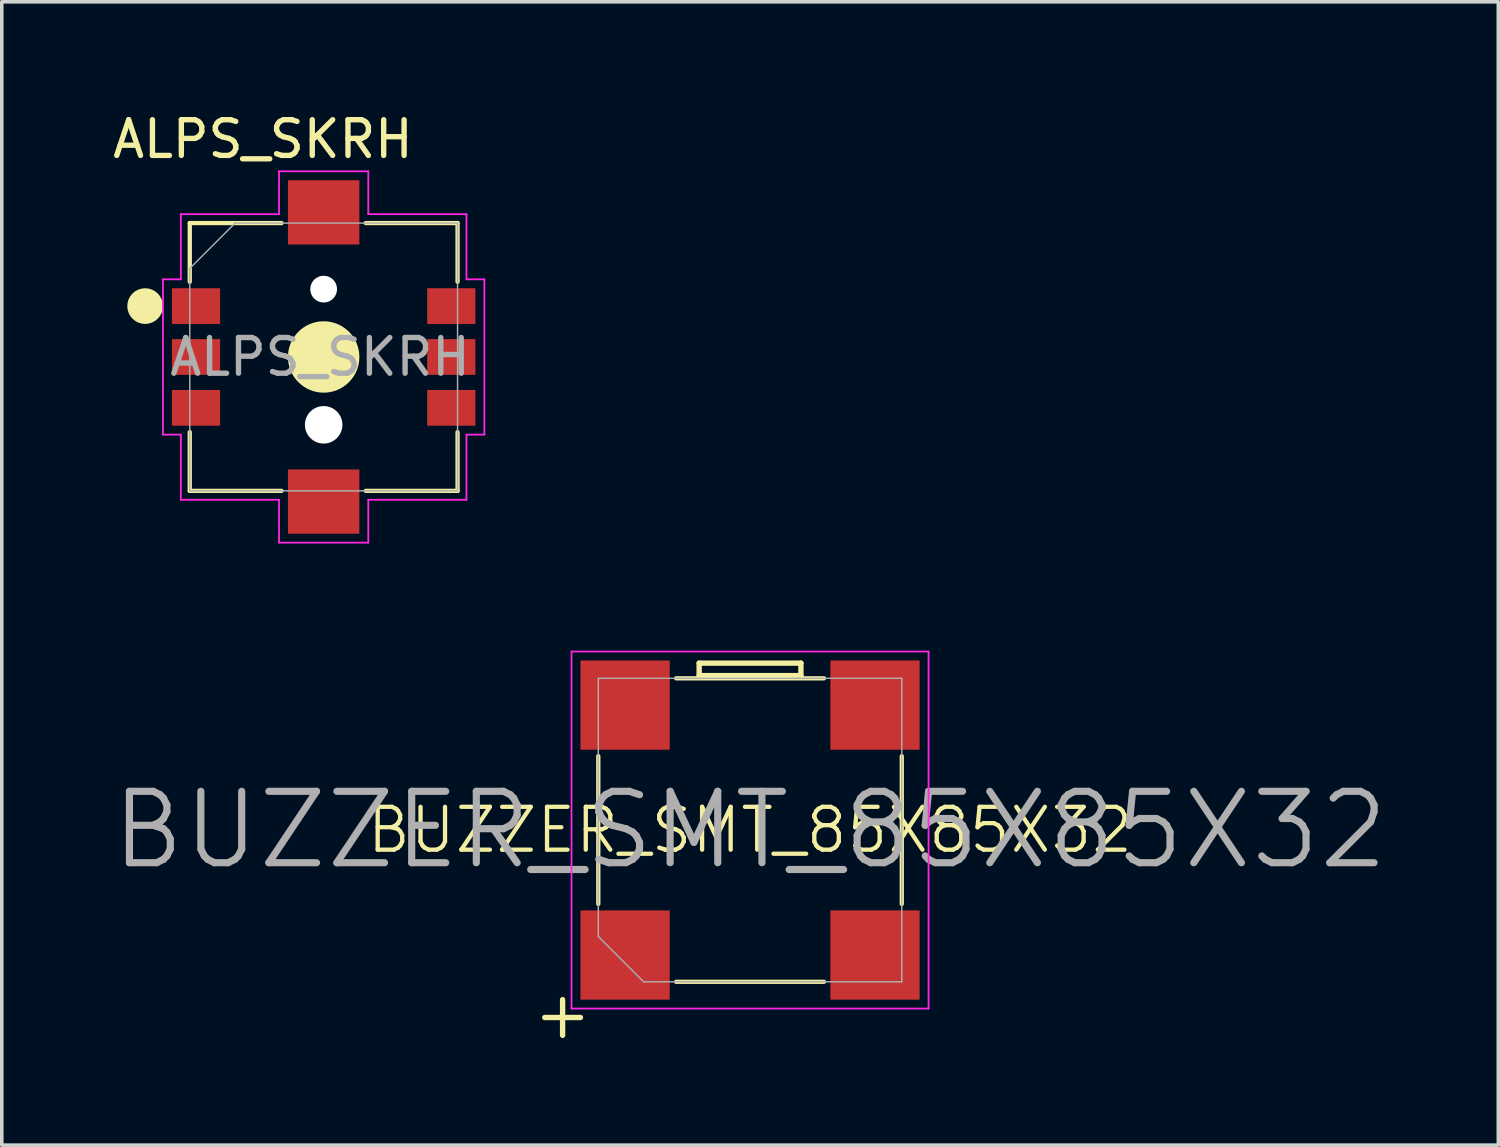
<source format=kicad_pcb>
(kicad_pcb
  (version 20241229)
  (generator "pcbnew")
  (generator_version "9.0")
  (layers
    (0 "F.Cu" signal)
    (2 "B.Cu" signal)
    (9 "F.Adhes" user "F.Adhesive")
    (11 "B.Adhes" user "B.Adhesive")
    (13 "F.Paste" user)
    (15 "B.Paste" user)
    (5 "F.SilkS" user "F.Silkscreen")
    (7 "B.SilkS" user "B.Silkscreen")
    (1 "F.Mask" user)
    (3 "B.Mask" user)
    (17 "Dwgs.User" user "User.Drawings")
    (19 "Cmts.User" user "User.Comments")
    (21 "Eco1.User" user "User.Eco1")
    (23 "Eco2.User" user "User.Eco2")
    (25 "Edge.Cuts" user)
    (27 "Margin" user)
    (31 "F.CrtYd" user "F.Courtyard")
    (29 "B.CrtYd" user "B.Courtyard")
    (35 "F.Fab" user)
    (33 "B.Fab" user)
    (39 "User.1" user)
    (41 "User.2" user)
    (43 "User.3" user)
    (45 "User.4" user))
  (footprint "BUZZER_SMT_85X85X32"
    (layer "F.Cu")
    (at 17.957 20.198)
    (property "Reference" "BUZZER_SMT_85X85X32" (at 0 0 0) (layer "F.SilkS") (effects (font (size 1.2 1.2) (thickness 0.12))))
    (attr smd)
    (fp_line (start -5.25 4.75) (end -5.25 5.75) (stroke (width 0.15) (type solid)) (layer "F.SilkS"))
    (fp_line (start -4.75 5.25) (end -5.75 5.25) (stroke (width 0.15) (type solid)) (layer "F.SilkS"))
    (fp_line (start -4.25 2.07) (end -4.25 -2.07) (stroke (width 0.12) (type solid)) (layer "F.SilkS"))
    (fp_line (start -2.07 -4.25) (end 2.07 -4.25) (stroke (width 0.12) (type solid)) (layer "F.SilkS"))
    (fp_line (start -2.07 4.25) (end 2.07 4.25) (stroke (width 0.12) (type solid)) (layer "F.SilkS"))
    (fp_line (start -1.425 -4.675) (end 1.425 -4.675) (stroke (width 0.15) (type solid)) (layer "F.SilkS"))
    (fp_line (start -1.425 -4.325) (end -1.425 -4.675) (stroke (width 0.15) (type solid)) (layer "F.SilkS"))
    (fp_line (start 1.425 -4.675) (end 1.425 -4.325) (stroke (width 0.15) (type solid)) (layer "F.SilkS"))
    (fp_line (start 1.425 -4.325) (end -1.425 -4.325) (stroke (width 0.15) (type solid)) (layer "F.SilkS"))
    (fp_line (start 4.25 2.07) (end 4.25 -2.07) (stroke (width 0.12) (type solid)) (layer "F.SilkS"))
    (fp_line (start -5 -5) (end -5 5) (stroke (width 0.05) (type solid)) (layer "F.CrtYd"))
    (fp_line (start -5 5) (end 5 5) (stroke (width 0.05) (type solid)) (layer "F.CrtYd"))
    (fp_line (start 5 -5) (end -5 -5) (stroke (width 0.05) (type solid)) (layer "F.CrtYd"))
    (fp_line (start 5 5) (end 5 -5) (stroke (width 0.05) (type solid)) (layer "F.CrtYd"))
    (fp_line (start -4.25 -4.25) (end 4.25 -4.25) (stroke (width 0.04) (type solid)) (layer "F.Fab"))
    (fp_line (start -4.25 2.98) (end -4.25 -4.25) (stroke (width 0.04) (type solid)) (layer "F.Fab"))
    (fp_line (start -2.98 4.25) (end -4.25 2.98) (stroke (width 0.04) (type solid)) (layer "F.Fab"))
    (fp_line (start 4.25 -4.25) (end 4.25 4.25) (stroke (width 0.04) (type solid)) (layer "F.Fab"))
    (fp_line (start 4.25 4.25) (end -2.98 4.25) (stroke (width 0.04) (type solid)) (layer "F.Fab"))
    (fp_text user "${REFERENCE}" (at 0 0 0) (layer "F.Fab") (effects (font (size 2 2) (thickness 0.2))))
    (pad "1" smd rect (at -3.5 3.5) (size 2.5 2.5) (layers "F.Cu" "F.Mask" "F.Paste"))
    (pad "2" smd rect (at 3.5 3.5) (size 2.5 2.5) (layers "F.Cu" "F.Mask" "F.Paste"))
    (pad "NC1" smd rect (at 3.5 -3.5) (size 2.5 2.5) (layers "F.Cu" "F.Mask" "F.Paste"))
    (pad "NC2" smd rect (at -3.5 -3.5) (size 2.5 2.5) (layers "F.Cu" "F.Mask" "F.Paste")))
  (footprint "ALPS_SKRH"
    (layer "F.Cu")
    (at 6.015 6.948)
    (property "Reference" "ALPS_SKRH" (at -1.7 -6.1 0) (layer "F.SilkS") (effects (font (size 1 1) (thickness 0.15))))
    (attr smd)
    (fp_line (start -3.75 -3.75) (end -1.18 -3.75) (stroke (width 0.12) (type solid)) (layer "F.SilkS"))
    (fp_line (start -3.75 -2.105) (end -3.75 -3.75) (stroke (width 0.12) (type solid)) (layer "F.SilkS"))
    (fp_line (start -3.75 3.75) (end -3.75 2.105) (stroke (width 0.12) (type solid)) (layer "F.SilkS"))
    (fp_line (start -1.18 3.75) (end -3.75 3.75) (stroke (width 0.12) (type solid)) (layer "F.SilkS"))
    (fp_line (start 1.18 -3.75) (end 3.75 -3.75) (stroke (width 0.12) (type solid)) (layer "F.SilkS"))
    (fp_line (start 3.75 -3.75) (end 3.75 -2.105) (stroke (width 0.12) (type solid)) (layer "F.SilkS"))
    (fp_line (start 3.75 2.105) (end 3.75 3.75) (stroke (width 0.12) (type solid)) (layer "F.SilkS"))
    (fp_line (start 3.75 3.75) (end 1.18 3.75) (stroke (width 0.12) (type solid)) (layer "F.SilkS"))
    (fp_circle (center -5 -1.425) (end -5 -1.175) (stroke (width 0.5) (type solid)) (fill no) (layer "F.SilkS"))
    (fp_circle (center 0 0) (end 0 0.5) (stroke (width 1) (type solid)) (fill no) (layer "F.SilkS"))
    (fp_line (start -4.5 -2.175) (end -4.5 2.175) (stroke (width 0.05) (type solid)) (layer "F.CrtYd"))
    (fp_line (start -4.5 2.175) (end -4 2.175) (stroke (width 0.05) (type solid)) (layer "F.CrtYd"))
    (fp_line (start -4 -4) (end -4 -2.175) (stroke (width 0.05) (type solid)) (layer "F.CrtYd"))
    (fp_line (start -4 -2.175) (end -4.5 -2.175) (stroke (width 0.05) (type solid)) (layer "F.CrtYd"))
    (fp_line (start -4 2.175) (end -4 4) (stroke (width 0.05) (type solid)) (layer "F.CrtYd"))
    (fp_line (start -4 4) (end -1.25 4) (stroke (width 0.05) (type solid)) (layer "F.CrtYd"))
    (fp_line (start -1.25 -5.2) (end -1.25 -4) (stroke (width 0.05) (type solid)) (layer "F.CrtYd"))
    (fp_line (start -1.25 -4) (end -4 -4) (stroke (width 0.05) (type solid)) (layer "F.CrtYd"))
    (fp_line (start -1.25 4) (end -1.25 5.2) (stroke (width 0.05) (type solid)) (layer "F.CrtYd"))
    (fp_line (start -1.25 5.2) (end 1.25 5.2) (stroke (width 0.05) (type solid)) (layer "F.CrtYd"))
    (fp_line (start 1.25 -5.2) (end -1.25 -5.2) (stroke (width 0.05) (type solid)) (layer "F.CrtYd"))
    (fp_line (start 1.25 -4) (end 1.25 -5.2) (stroke (width 0.05) (type solid)) (layer "F.CrtYd"))
    (fp_line (start 1.25 4) (end 4 4) (stroke (width 0.05) (type solid)) (layer "F.CrtYd"))
    (fp_line (start 1.25 5.2) (end 1.25 4) (stroke (width 0.05) (type solid)) (layer "F.CrtYd"))
    (fp_line (start 4 -4) (end 1.25 -4) (stroke (width 0.05) (type solid)) (layer "F.CrtYd"))
    (fp_line (start 4 -2.175) (end 4 -4) (stroke (width 0.05) (type solid)) (layer "F.CrtYd"))
    (fp_line (start 4 2.175) (end 4.5 2.175) (stroke (width 0.05) (type solid)) (layer "F.CrtYd"))
    (fp_line (start 4 4) (end 4 2.175) (stroke (width 0.05) (type solid)) (layer "F.CrtYd"))
    (fp_line (start 4.5 -2.175) (end 4 -2.175) (stroke (width 0.05) (type solid)) (layer "F.CrtYd"))
    (fp_line (start 4.5 2.175) (end 4.5 -2.175) (stroke (width 0.05) (type solid)) (layer "F.CrtYd"))
    (fp_line (start -3.75 -2.48) (end -2.48 -3.75) (stroke (width 0.04) (type solid)) (layer "F.Fab"))
    (fp_line (start -3.75 3.75) (end -3.75 -2.48) (stroke (width 0.04) (type solid)) (layer "F.Fab"))
    (fp_line (start -2.48 -3.75) (end 3.75 -3.75) (stroke (width 0.04) (type solid)) (layer "F.Fab"))
    (fp_line (start 3.75 -3.75) (end 3.75 3.75) (stroke (width 0.04) (type solid)) (layer "F.Fab"))
    (fp_line (start 3.75 3.75) (end -3.75 3.75) (stroke (width 0.04) (type solid)) (layer "F.Fab"))
    (fp_text user "${REFERENCE}" (at -0.1 0 0) (layer "F.Fab") (effects (font (size 1 1) (thickness 0.15))))
    (pad "" smd rect (at 0 -4.05) (size 2 1.8) (layers "F.Cu" "F.Mask" "F.Paste"))
    (pad "" np_thru_hole circle (at 0 -1.9) (size 0.75 0.75) (drill 0.75) (layers "*.Cu" "*.Mask"))
    (pad "" np_thru_hole circle (at 0 1.9) (size 1.05 1.05) (drill 1.05) (layers "*.Cu" "*.Mask"))
    (pad "" smd rect (at 0 4.05) (size 2 1.8) (layers "F.Cu" "F.Mask" "F.Paste"))
    (pad "1" smd rect (at -3.575 -1.425) (size 1.35 1) (layers "F.Cu" "F.Mask" "F.Paste"))
    (pad "2" smd rect (at -3.575 0) (size 1.35 1) (layers "F.Cu" "F.Mask" "F.Paste"))
    (pad "3" smd rect (at -3.575 1.425) (size 1.35 1) (layers "F.Cu" "F.Mask" "F.Paste"))
    (pad "4" smd rect (at 3.575 -1.425) (size 1.35 1) (layers "F.Cu" "F.Mask" "F.Paste"))
    (pad "5" smd rect (at 3.575 0) (size 1.35 1) (layers "F.Cu" "F.Mask" "F.Paste"))
    (pad "6" smd rect (at 3.575 1.425) (size 1.35 1) (layers "F.Cu" "F.Mask" "F.Paste")))
  (gr_rect
    (start -3 -3)
    (end 38.914 29.023)
    (stroke (width 0.1) (type default))
    (fill no)
    (layer "Edge.Cuts")))
</source>
